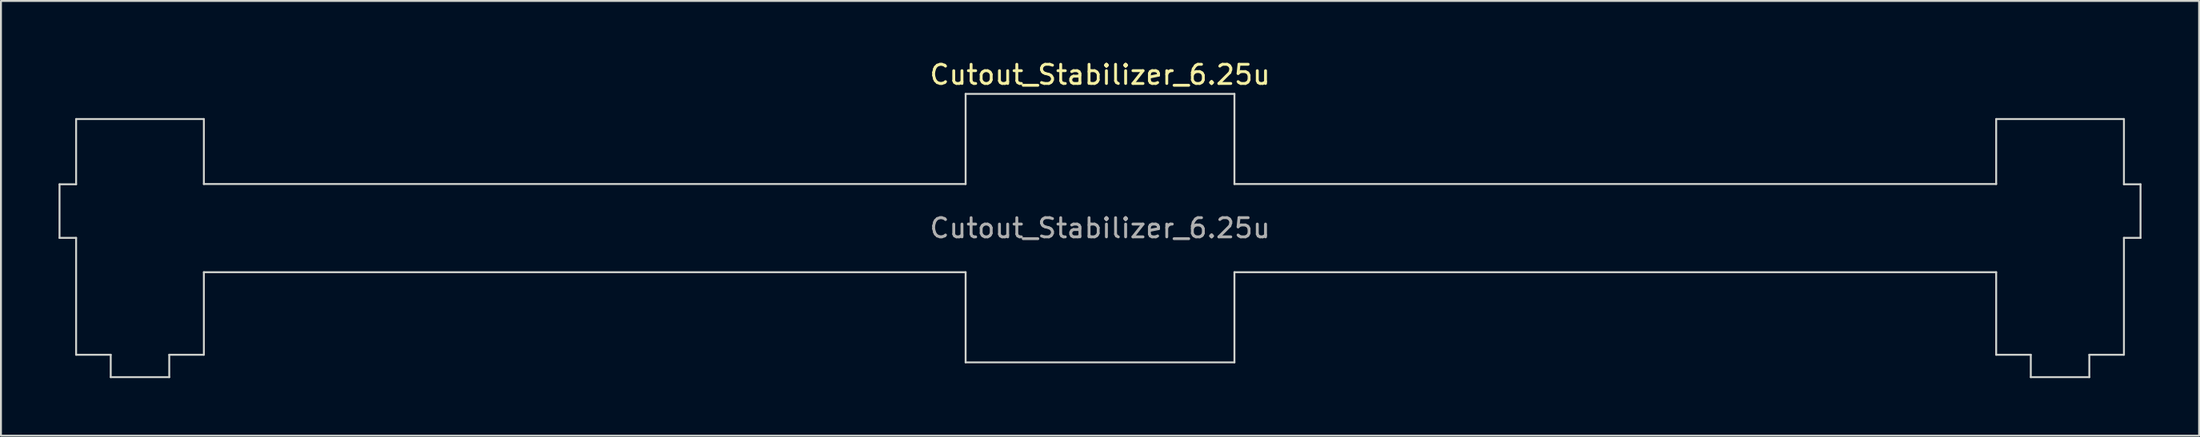
<source format=kicad_pcb>
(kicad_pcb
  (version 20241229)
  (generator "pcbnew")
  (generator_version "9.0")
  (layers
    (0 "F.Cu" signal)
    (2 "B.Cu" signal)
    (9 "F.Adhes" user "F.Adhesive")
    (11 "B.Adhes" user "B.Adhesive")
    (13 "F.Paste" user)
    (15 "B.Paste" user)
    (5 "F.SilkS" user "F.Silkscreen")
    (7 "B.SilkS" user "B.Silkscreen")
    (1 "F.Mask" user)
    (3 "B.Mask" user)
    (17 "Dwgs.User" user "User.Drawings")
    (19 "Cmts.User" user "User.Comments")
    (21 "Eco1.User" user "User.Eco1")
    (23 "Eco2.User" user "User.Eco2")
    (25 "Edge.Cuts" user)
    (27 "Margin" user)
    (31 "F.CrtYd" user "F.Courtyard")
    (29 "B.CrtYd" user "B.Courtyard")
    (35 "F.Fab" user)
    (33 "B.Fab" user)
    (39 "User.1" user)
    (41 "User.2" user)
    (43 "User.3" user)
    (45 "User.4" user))
  (footprint "Cutout_Stabilizer_6.25u"
    (layer "F.Cu")
    (at 54.241 8.848)
    (property "Reference" "Cutout_Stabilizer_6.25u" (at 0 -8 0) (layer "F.SilkS") (effects (font (size 1 1) (thickness 0.15))))
    (attr through_hole)
    (fp_line (start -54.191 -2.286) (end -53.327 -2.286) (stroke (width 0.1) (type solid)) (layer "Edge.Cuts"))
    (fp_line (start -54.191 0.508) (end -54.191 -2.286) (stroke (width 0.1) (type solid)) (layer "Edge.Cuts"))
    (fp_line (start -53.327 -5.69) (end -46.673 -5.69) (stroke (width 0.1) (type solid)) (layer "Edge.Cuts"))
    (fp_line (start -53.327 -2.286) (end -53.327 -5.69) (stroke (width 0.1) (type solid)) (layer "Edge.Cuts"))
    (fp_line (start -53.327 0.508) (end -54.191 0.508) (stroke (width 0.1) (type solid)) (layer "Edge.Cuts"))
    (fp_line (start -53.327 6.604) (end -53.327 0.508) (stroke (width 0.1) (type solid)) (layer "Edge.Cuts"))
    (fp_line (start -51.524 6.604) (end -53.327 6.604) (stroke (width 0.1) (type solid)) (layer "Edge.Cuts"))
    (fp_line (start -51.524 7.772) (end -51.524 6.604) (stroke (width 0.1) (type solid)) (layer "Edge.Cuts"))
    (fp_line (start -48.476 6.604) (end -48.476 7.772) (stroke (width 0.1) (type solid)) (layer "Edge.Cuts"))
    (fp_line (start -48.476 7.772) (end -51.524 7.772) (stroke (width 0.1) (type solid)) (layer "Edge.Cuts"))
    (fp_line (start -46.673 -5.69) (end -46.673 -2.3) (stroke (width 0.1) (type solid)) (layer "Edge.Cuts"))
    (fp_line (start -46.673 -2.3) (end -7 -2.3) (stroke (width 0.1) (type solid)) (layer "Edge.Cuts"))
    (fp_line (start -46.673 2.3) (end -46.673 6.604) (stroke (width 0.1) (type solid)) (layer "Edge.Cuts"))
    (fp_line (start -46.673 6.604) (end -48.476 6.604) (stroke (width 0.1) (type solid)) (layer "Edge.Cuts"))
    (fp_line (start -7 -7) (end -7 -2.3) (stroke (width 0.1) (type solid)) (layer "Edge.Cuts"))
    (fp_line (start -7 -7) (end 7 -7) (stroke (width 0.1) (type solid)) (layer "Edge.Cuts"))
    (fp_line (start -7 2.3) (end -46.673 2.3) (stroke (width 0.1) (type solid)) (layer "Edge.Cuts"))
    (fp_line (start -7 2.3) (end -7 7) (stroke (width 0.1) (type solid)) (layer "Edge.Cuts"))
    (fp_line (start -7 7) (end 7 7) (stroke (width 0.1) (type solid)) (layer "Edge.Cuts"))
    (fp_line (start 7 -7) (end 7 -2.3) (stroke (width 0.1) (type solid)) (layer "Edge.Cuts"))
    (fp_line (start 7 2.3) (end 7 7) (stroke (width 0.1) (type solid)) (layer "Edge.Cuts"))
    (fp_line (start 7 2.3) (end 46.673 2.3) (stroke (width 0.1) (type solid)) (layer "Edge.Cuts"))
    (fp_line (start 46.673 -5.69) (end 46.673 -2.3) (stroke (width 0.1) (type solid)) (layer "Edge.Cuts"))
    (fp_line (start 46.673 -2.3) (end 7 -2.3) (stroke (width 0.1) (type solid)) (layer "Edge.Cuts"))
    (fp_line (start 46.673 2.3) (end 46.673 6.604) (stroke (width 0.1) (type solid)) (layer "Edge.Cuts"))
    (fp_line (start 46.673 6.604) (end 48.476 6.604) (stroke (width 0.1) (type solid)) (layer "Edge.Cuts"))
    (fp_line (start 48.476 6.604) (end 48.476 7.772) (stroke (width 0.1) (type solid)) (layer "Edge.Cuts"))
    (fp_line (start 48.476 7.772) (end 51.524 7.772) (stroke (width 0.1) (type solid)) (layer "Edge.Cuts"))
    (fp_line (start 51.524 6.604) (end 53.327 6.604) (stroke (width 0.1) (type solid)) (layer "Edge.Cuts"))
    (fp_line (start 51.524 7.772) (end 51.524 6.604) (stroke (width 0.1) (type solid)) (layer "Edge.Cuts"))
    (fp_line (start 53.327 -5.69) (end 46.673 -5.69) (stroke (width 0.1) (type solid)) (layer "Edge.Cuts"))
    (fp_line (start 53.327 -2.286) (end 53.327 -5.69) (stroke (width 0.1) (type solid)) (layer "Edge.Cuts"))
    (fp_line (start 53.327 0.508) (end 54.191 0.508) (stroke (width 0.1) (type solid)) (layer "Edge.Cuts"))
    (fp_line (start 53.327 6.604) (end 53.327 0.508) (stroke (width 0.1) (type solid)) (layer "Edge.Cuts"))
    (fp_line (start 54.191 -2.286) (end 53.327 -2.286) (stroke (width 0.1) (type solid)) (layer "Edge.Cuts"))
    (fp_line (start 54.191 0.508) (end 54.191 -2.286) (stroke (width 0.1) (type solid)) (layer "Edge.Cuts"))
    (fp_text user "${REFERENCE}" (at 0 0 0) (layer "F.Fab") (effects (font (size 1 1) (thickness 0.15)))))
  (gr_rect
    (start -3 -3)
    (end 111.482 19.671)
    (stroke (width 0.1) (type default))
    (fill no)
    (layer "Edge.Cuts")))
</source>
